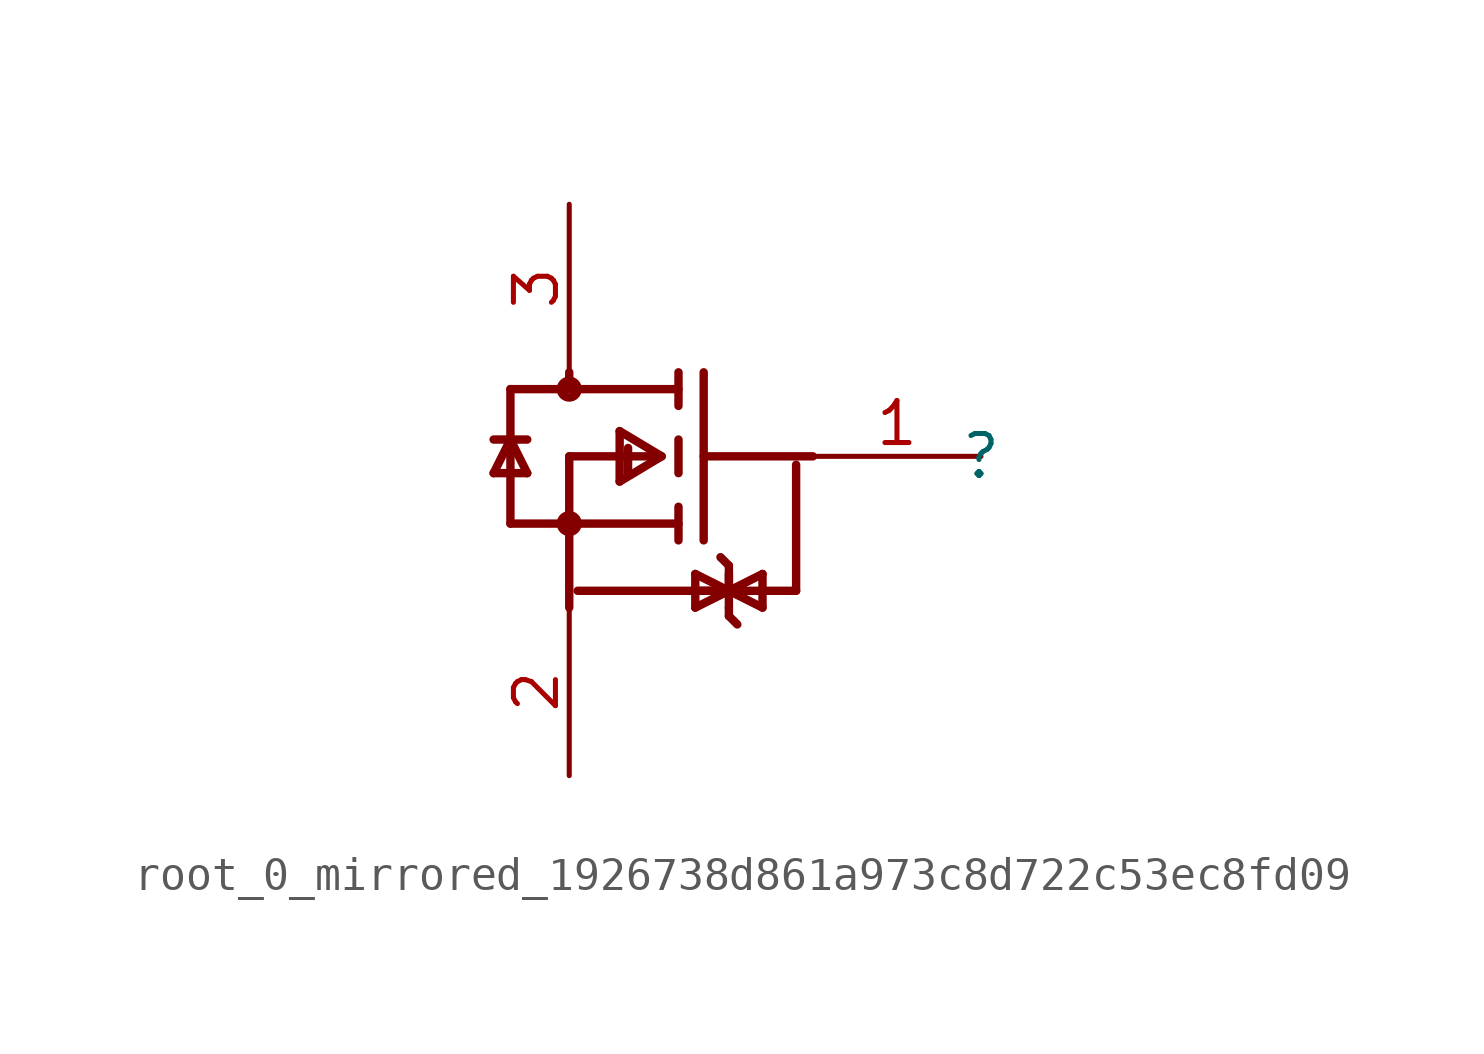
<source format=kicad_sym>
(kicad_symbol_lib
  (version 20231120)
  (generator "kicad_symbol_editor")
  (generator_version "8.0")
  (symbol "root_0_mirrored_1926738d861a973c8d722c53ec8fd09"
    (property "Reference" ""
      (at 0 0 0)
      (effects (font (size 1.27 1.27))))
    (property "Value" ""
      (at 0 0 0)
      (effects (font (size 1.27 1.27))))
    (symbol "root_0_mirrored_1926738d861a973c8d722c53ec8fd09_1_0"
      (circle (center -12.446 -2.032) (radius 0.254) (stroke (width 0.254) (type solid)) (fill (type none)))
      (circle (center -12.446 2.032) (radius 0.254) (stroke (width 0.254) (type solid)) (fill (type none)))
      (polyline (pts (xy -14.732 -0.508) (xy -14.224 0.508)) (stroke (width 0.254) (type solid)) (fill (type none)))
      (polyline (pts (xy -14.224 -2.032) (xy -14.224 2.032)) (stroke (width 0.254) (type solid)) (fill (type none)))
      (polyline (pts (xy -14.224 0.508) (xy -14.732 0.508)) (stroke (width 0.254) (type solid)) (fill (type none)))
      (polyline (pts (xy -14.224 0.508) (xy -13.716 -0.508)) (stroke (width 0.254) (type solid)) (fill (type none)))
      (polyline (pts (xy -14.224 0.508) (xy -13.716 0.508)) (stroke (width 0.254) (type solid)) (fill (type none)))
      (polyline (pts (xy -14.224 2.032) (xy -12.446 2.032)) (stroke (width 0.254) (type solid)) (fill (type none)))
      (polyline (pts (xy -13.716 -0.508) (xy -14.732 -0.508)) (stroke (width 0.254) (type solid)) (fill (type none)))
      (polyline (pts (xy -12.446 -2.032) (xy -14.224 -2.032)) (stroke (width 0.254) (type solid)) (fill (type none)))
      (polyline (pts (xy -12.446 0) (xy -12.446 -4.572)) (stroke (width 0.254) (type solid)) (fill (type none)))
      (polyline (pts (xy -12.446 2.032) (xy -12.446 2.54)) (stroke (width 0.254) (type solid)) (fill (type none)))
      (polyline (pts (xy -10.922 0.762) (xy -10.922 -0.762)) (stroke (width 0.254) (type solid)) (fill (type none)))
      (polyline (pts (xy -10.668 0.254) (xy -10.668 -0.508)) (stroke (width 0.254) (type solid)) (fill (type none)))
      (polyline (pts (xy -9.906 0) (xy -12.446 0)) (stroke (width 0.254) (type solid)) (fill (type none)))
      (polyline (pts (xy -9.652 0) (xy -10.922 -0.762)) (stroke (width 0.254) (type solid)) (fill (type none)))
      (polyline (pts (xy -9.652 0) (xy -10.922 0.762)) (stroke (width 0.254) (type solid)) (fill (type none)))
      (polyline (pts (xy -9.144 -2.032) (xy -12.446 -2.032)) (stroke (width 0.254) (type solid)) (fill (type none)))
      (polyline (pts (xy -9.144 -1.524) (xy -9.144 -2.54)) (stroke (width 0.254) (type solid)) (fill (type none)))
      (polyline (pts (xy -9.144 0.508) (xy -9.144 -0.508)) (stroke (width 0.254) (type solid)) (fill (type none)))
      (polyline (pts (xy -9.144 1.524) (xy -9.144 2.54)) (stroke (width 0.254) (type solid)) (fill (type none)))
      (polyline (pts (xy -9.144 2.032) (xy -12.446 2.032)) (stroke (width 0.254) (type solid)) (fill (type none)))
      (polyline (pts (xy -8.636 -4.572) (xy -8.636 -3.556)) (stroke (width 0.254) (type solid)) (fill (type none)))
      (polyline (pts (xy -8.636 -3.556) (xy -7.62 -4.064)) (stroke (width 0.254) (type solid)) (fill (type none)))
      (polyline (pts (xy -8.382 -2.54) (xy -8.382 2.54)) (stroke (width 0.254) (type solid)) (fill (type none)))
      (polyline (pts (xy -8.382 0) (xy -5.08 0)) (stroke (width 0.254) (type solid)) (fill (type none)))
      (polyline (pts (xy -7.62 -4.826) (xy -7.366 -5.08)) (stroke (width 0.254) (type solid)) (fill (type none)))
      (polyline (pts (xy -7.62 -4.572) (xy -7.62 -4.826)) (stroke (width 0.254) (type solid)) (fill (type none)))
      (polyline (pts (xy -7.62 -4.064) (xy -12.192 -4.064)) (stroke (width 0.254) (type solid)) (fill (type none)))
      (polyline (pts (xy -7.62 -4.064) (xy -8.636 -4.572)) (stroke (width 0.254) (type solid)) (fill (type none)))
      (polyline (pts (xy -7.62 -4.064) (xy -6.604 -4.572)) (stroke (width 0.254) (type solid)) (fill (type none)))
      (polyline (pts (xy -7.62 -3.81) (xy -7.62 -3.302)) (stroke (width 0.254) (type solid)) (fill (type none)))
      (polyline (pts (xy -7.62 -3.556) (xy -7.62 -4.572)) (stroke (width 0.254) (type solid)) (fill (type none)))
      (polyline (pts (xy -7.62 -3.302) (xy -7.874 -3.048)) (stroke (width 0.254) (type solid)) (fill (type none)))
      (polyline (pts (xy -6.604 -4.572) (xy -6.604 -4.064)) (stroke (width 0.254) (type solid)) (fill (type none)))
      (polyline (pts (xy -6.604 -4.064) (xy -8.636 -4.064)) (stroke (width 0.254) (type solid)) (fill (type none)))
      (polyline (pts (xy -6.604 -4.064) (xy -6.604 -3.556)) (stroke (width 0.254) (type solid)) (fill (type none)))
      (polyline (pts (xy -6.604 -3.556) (xy -7.62 -4.064)) (stroke (width 0.254) (type solid)) (fill (type none)))
      (polyline (pts (xy -5.588 -4.064) (xy -6.604 -4.064)) (stroke (width 0.254) (type solid)) (fill (type none)))
      (polyline (pts (xy -5.588 -0.254) (xy -5.588 -4.064)) (stroke (width 0.254) (type solid)) (fill (type none)))
      (pin passive line (at 0 0 180) (length 5.08) (name "G" (effects (font (size 0 0)))) (number "1" (effects (font (size 1.27 1.27)))))
      (pin passive line (at -12.446 -9.652 90) (length 5.08) (name "S" (effects (font (size 0 0)))) (number "2" (effects (font (size 1.27 1.27)))))
      (pin passive line (at -12.446 7.62 270) (length 5.08) (name "D" (effects (font (size 0 0)))) (number "3" (effects (font (size 1.27 1.27))))))))
</source>
